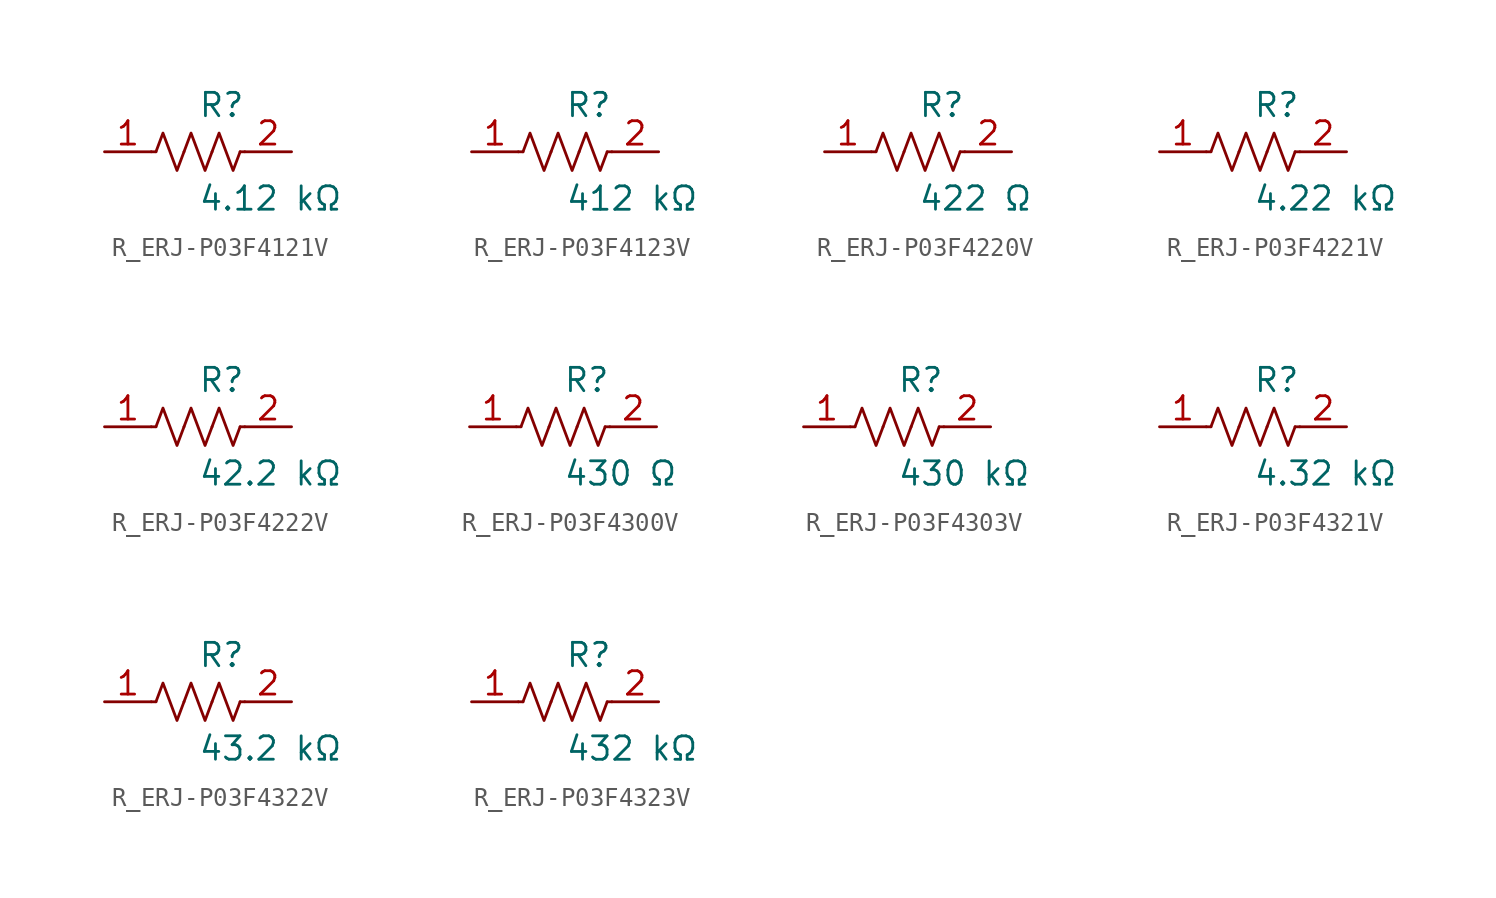
<source format=kicad_sym>
(kicad_symbol_lib
  (version 20231120)
  (generator kicad_symbol_editor)
  (generator_version 8.0)
  (symbol "R_ERJ-P03F4121V"
    (pin_names
      (offset 0.254))
    (property "Reference" "R"
      (at 0.0 2.54 0)
      (effects (font (size 1.27 1.27)) (justify left)))
    (property "Value" "4.12 kΩ"
      (at 0.0 -2.54 0)
      (effects (font (size 1.27 1.27)) (justify left)))
    (symbol "R_ERJ-P03F4121V_0_1"
      (polyline (pts (xy 2.286 0) (xy 2.54 0)) (stroke (width 0) (type default)) (fill (type none)))
      (polyline (pts (xy -2.286 0) (xy -2.54 0)) (stroke (width 0) (type default)) (fill (type none)))
      (polyline (pts (xy 0.762 0) (xy 1.143 1.016) (xy 1.524 0) (xy 1.905 -1.016) (xy 2.286 0)) (stroke (width 0) (type default)) (fill (type none)))
      (polyline (pts (xy -0.762 0) (xy -0.381 1.016) (xy 0 0) (xy 0.381 -1.016) (xy 0.762 0)) (stroke (width 0) (type default)) (fill (type none)))
      (polyline (pts (xy -2.286 0) (xy -1.905 1.016) (xy -1.524 0) (xy -1.143 -1.016) (xy -0.762 0)) (stroke (width 0) (type default)) (fill (type none))))
    (pin unspecified line
      (at -5.08 0 0)
      (length 2.54)
      (name "" (effects (font (size 1.27 1.27))))
      (number "1" (effects (font (size 1.27 1.27)))))
    (pin unspecified line
      (at 5.08 0 180)
      (length 2.54)
      (name "" (effects (font (size 1.27 1.27))))
      (number "2" (effects (font (size 1.27 1.27))))))
  (symbol "R_ERJ-P03F4123V"
    (pin_names
      (offset 0.254))
    (property "Reference" "R"
      (at 0.0 2.54 0)
      (effects (font (size 1.27 1.27)) (justify left)))
    (property "Value" "412 kΩ"
      (at 0.0 -2.54 0)
      (effects (font (size 1.27 1.27)) (justify left)))
    (symbol "R_ERJ-P03F4123V_0_1"
      (polyline (pts (xy 2.286 0) (xy 2.54 0)) (stroke (width 0) (type default)) (fill (type none)))
      (polyline (pts (xy -2.286 0) (xy -2.54 0)) (stroke (width 0) (type default)) (fill (type none)))
      (polyline (pts (xy 0.762 0) (xy 1.143 1.016) (xy 1.524 0) (xy 1.905 -1.016) (xy 2.286 0)) (stroke (width 0) (type default)) (fill (type none)))
      (polyline (pts (xy -0.762 0) (xy -0.381 1.016) (xy 0 0) (xy 0.381 -1.016) (xy 0.762 0)) (stroke (width 0) (type default)) (fill (type none)))
      (polyline (pts (xy -2.286 0) (xy -1.905 1.016) (xy -1.524 0) (xy -1.143 -1.016) (xy -0.762 0)) (stroke (width 0) (type default)) (fill (type none))))
    (pin unspecified line
      (at -5.08 0 0)
      (length 2.54)
      (name "" (effects (font (size 1.27 1.27))))
      (number "1" (effects (font (size 1.27 1.27)))))
    (pin unspecified line
      (at 5.08 0 180)
      (length 2.54)
      (name "" (effects (font (size 1.27 1.27))))
      (number "2" (effects (font (size 1.27 1.27))))))
  (symbol "R_ERJ-P03F4220V"
    (pin_names
      (offset 0.254))
    (property "Reference" "R"
      (at 0.0 2.54 0)
      (effects (font (size 1.27 1.27)) (justify left)))
    (property "Value" "422 Ω"
      (at 0.0 -2.54 0)
      (effects (font (size 1.27 1.27)) (justify left)))
    (symbol "R_ERJ-P03F4220V_0_1"
      (polyline (pts (xy 2.286 0) (xy 2.54 0)) (stroke (width 0) (type default)) (fill (type none)))
      (polyline (pts (xy -2.286 0) (xy -2.54 0)) (stroke (width 0) (type default)) (fill (type none)))
      (polyline (pts (xy 0.762 0) (xy 1.143 1.016) (xy 1.524 0) (xy 1.905 -1.016) (xy 2.286 0)) (stroke (width 0) (type default)) (fill (type none)))
      (polyline (pts (xy -0.762 0) (xy -0.381 1.016) (xy 0 0) (xy 0.381 -1.016) (xy 0.762 0)) (stroke (width 0) (type default)) (fill (type none)))
      (polyline (pts (xy -2.286 0) (xy -1.905 1.016) (xy -1.524 0) (xy -1.143 -1.016) (xy -0.762 0)) (stroke (width 0) (type default)) (fill (type none))))
    (pin unspecified line
      (at -5.08 0 0)
      (length 2.54)
      (name "" (effects (font (size 1.27 1.27))))
      (number "1" (effects (font (size 1.27 1.27)))))
    (pin unspecified line
      (at 5.08 0 180)
      (length 2.54)
      (name "" (effects (font (size 1.27 1.27))))
      (number "2" (effects (font (size 1.27 1.27))))))
  (symbol "R_ERJ-P03F4221V"
    (pin_names
      (offset 0.254))
    (property "Reference" "R"
      (at 0.0 2.54 0)
      (effects (font (size 1.27 1.27)) (justify left)))
    (property "Value" "4.22 kΩ"
      (at 0.0 -2.54 0)
      (effects (font (size 1.27 1.27)) (justify left)))
    (symbol "R_ERJ-P03F4221V_0_1"
      (polyline (pts (xy 2.286 0) (xy 2.54 0)) (stroke (width 0) (type default)) (fill (type none)))
      (polyline (pts (xy -2.286 0) (xy -2.54 0)) (stroke (width 0) (type default)) (fill (type none)))
      (polyline (pts (xy 0.762 0) (xy 1.143 1.016) (xy 1.524 0) (xy 1.905 -1.016) (xy 2.286 0)) (stroke (width 0) (type default)) (fill (type none)))
      (polyline (pts (xy -0.762 0) (xy -0.381 1.016) (xy 0 0) (xy 0.381 -1.016) (xy 0.762 0)) (stroke (width 0) (type default)) (fill (type none)))
      (polyline (pts (xy -2.286 0) (xy -1.905 1.016) (xy -1.524 0) (xy -1.143 -1.016) (xy -0.762 0)) (stroke (width 0) (type default)) (fill (type none))))
    (pin unspecified line
      (at -5.08 0 0)
      (length 2.54)
      (name "" (effects (font (size 1.27 1.27))))
      (number "1" (effects (font (size 1.27 1.27)))))
    (pin unspecified line
      (at 5.08 0 180)
      (length 2.54)
      (name "" (effects (font (size 1.27 1.27))))
      (number "2" (effects (font (size 1.27 1.27))))))
  (symbol "R_ERJ-P03F4222V"
    (pin_names
      (offset 0.254))
    (property "Reference" "R"
      (at 0.0 2.54 0)
      (effects (font (size 1.27 1.27)) (justify left)))
    (property "Value" "42.2 kΩ"
      (at 0.0 -2.54 0)
      (effects (font (size 1.27 1.27)) (justify left)))
    (symbol "R_ERJ-P03F4222V_0_1"
      (polyline (pts (xy 2.286 0) (xy 2.54 0)) (stroke (width 0) (type default)) (fill (type none)))
      (polyline (pts (xy -2.286 0) (xy -2.54 0)) (stroke (width 0) (type default)) (fill (type none)))
      (polyline (pts (xy 0.762 0) (xy 1.143 1.016) (xy 1.524 0) (xy 1.905 -1.016) (xy 2.286 0)) (stroke (width 0) (type default)) (fill (type none)))
      (polyline (pts (xy -0.762 0) (xy -0.381 1.016) (xy 0 0) (xy 0.381 -1.016) (xy 0.762 0)) (stroke (width 0) (type default)) (fill (type none)))
      (polyline (pts (xy -2.286 0) (xy -1.905 1.016) (xy -1.524 0) (xy -1.143 -1.016) (xy -0.762 0)) (stroke (width 0) (type default)) (fill (type none))))
    (pin unspecified line
      (at -5.08 0 0)
      (length 2.54)
      (name "" (effects (font (size 1.27 1.27))))
      (number "1" (effects (font (size 1.27 1.27)))))
    (pin unspecified line
      (at 5.08 0 180)
      (length 2.54)
      (name "" (effects (font (size 1.27 1.27))))
      (number "2" (effects (font (size 1.27 1.27))))))
  (symbol "R_ERJ-P03F4300V"
    (pin_names
      (offset 0.254))
    (property "Reference" "R"
      (at 0.0 2.54 0)
      (effects (font (size 1.27 1.27)) (justify left)))
    (property "Value" "430 Ω"
      (at 0.0 -2.54 0)
      (effects (font (size 1.27 1.27)) (justify left)))
    (symbol "R_ERJ-P03F4300V_0_1"
      (polyline (pts (xy 2.286 0) (xy 2.54 0)) (stroke (width 0) (type default)) (fill (type none)))
      (polyline (pts (xy -2.286 0) (xy -2.54 0)) (stroke (width 0) (type default)) (fill (type none)))
      (polyline (pts (xy 0.762 0) (xy 1.143 1.016) (xy 1.524 0) (xy 1.905 -1.016) (xy 2.286 0)) (stroke (width 0) (type default)) (fill (type none)))
      (polyline (pts (xy -0.762 0) (xy -0.381 1.016) (xy 0 0) (xy 0.381 -1.016) (xy 0.762 0)) (stroke (width 0) (type default)) (fill (type none)))
      (polyline (pts (xy -2.286 0) (xy -1.905 1.016) (xy -1.524 0) (xy -1.143 -1.016) (xy -0.762 0)) (stroke (width 0) (type default)) (fill (type none))))
    (pin unspecified line
      (at -5.08 0 0)
      (length 2.54)
      (name "" (effects (font (size 1.27 1.27))))
      (number "1" (effects (font (size 1.27 1.27)))))
    (pin unspecified line
      (at 5.08 0 180)
      (length 2.54)
      (name "" (effects (font (size 1.27 1.27))))
      (number "2" (effects (font (size 1.27 1.27))))))
  (symbol "R_ERJ-P03F4303V"
    (pin_names
      (offset 0.254))
    (property "Reference" "R"
      (at 0.0 2.54 0)
      (effects (font (size 1.27 1.27)) (justify left)))
    (property "Value" "430 kΩ"
      (at 0.0 -2.54 0)
      (effects (font (size 1.27 1.27)) (justify left)))
    (symbol "R_ERJ-P03F4303V_0_1"
      (polyline (pts (xy 2.286 0) (xy 2.54 0)) (stroke (width 0) (type default)) (fill (type none)))
      (polyline (pts (xy -2.286 0) (xy -2.54 0)) (stroke (width 0) (type default)) (fill (type none)))
      (polyline (pts (xy 0.762 0) (xy 1.143 1.016) (xy 1.524 0) (xy 1.905 -1.016) (xy 2.286 0)) (stroke (width 0) (type default)) (fill (type none)))
      (polyline (pts (xy -0.762 0) (xy -0.381 1.016) (xy 0 0) (xy 0.381 -1.016) (xy 0.762 0)) (stroke (width 0) (type default)) (fill (type none)))
      (polyline (pts (xy -2.286 0) (xy -1.905 1.016) (xy -1.524 0) (xy -1.143 -1.016) (xy -0.762 0)) (stroke (width 0) (type default)) (fill (type none))))
    (pin unspecified line
      (at -5.08 0 0)
      (length 2.54)
      (name "" (effects (font (size 1.27 1.27))))
      (number "1" (effects (font (size 1.27 1.27)))))
    (pin unspecified line
      (at 5.08 0 180)
      (length 2.54)
      (name "" (effects (font (size 1.27 1.27))))
      (number "2" (effects (font (size 1.27 1.27))))))
  (symbol "R_ERJ-P03F4321V"
    (pin_names
      (offset 0.254))
    (property "Reference" "R"
      (at 0.0 2.54 0)
      (effects (font (size 1.27 1.27)) (justify left)))
    (property "Value" "4.32 kΩ"
      (at 0.0 -2.54 0)
      (effects (font (size 1.27 1.27)) (justify left)))
    (symbol "R_ERJ-P03F4321V_0_1"
      (polyline (pts (xy 2.286 0) (xy 2.54 0)) (stroke (width 0) (type default)) (fill (type none)))
      (polyline (pts (xy -2.286 0) (xy -2.54 0)) (stroke (width 0) (type default)) (fill (type none)))
      (polyline (pts (xy 0.762 0) (xy 1.143 1.016) (xy 1.524 0) (xy 1.905 -1.016) (xy 2.286 0)) (stroke (width 0) (type default)) (fill (type none)))
      (polyline (pts (xy -0.762 0) (xy -0.381 1.016) (xy 0 0) (xy 0.381 -1.016) (xy 0.762 0)) (stroke (width 0) (type default)) (fill (type none)))
      (polyline (pts (xy -2.286 0) (xy -1.905 1.016) (xy -1.524 0) (xy -1.143 -1.016) (xy -0.762 0)) (stroke (width 0) (type default)) (fill (type none))))
    (pin unspecified line
      (at -5.08 0 0)
      (length 2.54)
      (name "" (effects (font (size 1.27 1.27))))
      (number "1" (effects (font (size 1.27 1.27)))))
    (pin unspecified line
      (at 5.08 0 180)
      (length 2.54)
      (name "" (effects (font (size 1.27 1.27))))
      (number "2" (effects (font (size 1.27 1.27))))))
  (symbol "R_ERJ-P03F4322V"
    (pin_names
      (offset 0.254))
    (property "Reference" "R"
      (at 0.0 2.54 0)
      (effects (font (size 1.27 1.27)) (justify left)))
    (property "Value" "43.2 kΩ"
      (at 0.0 -2.54 0)
      (effects (font (size 1.27 1.27)) (justify left)))
    (symbol "R_ERJ-P03F4322V_0_1"
      (polyline (pts (xy 2.286 0) (xy 2.54 0)) (stroke (width 0) (type default)) (fill (type none)))
      (polyline (pts (xy -2.286 0) (xy -2.54 0)) (stroke (width 0) (type default)) (fill (type none)))
      (polyline (pts (xy 0.762 0) (xy 1.143 1.016) (xy 1.524 0) (xy 1.905 -1.016) (xy 2.286 0)) (stroke (width 0) (type default)) (fill (type none)))
      (polyline (pts (xy -0.762 0) (xy -0.381 1.016) (xy 0 0) (xy 0.381 -1.016) (xy 0.762 0)) (stroke (width 0) (type default)) (fill (type none)))
      (polyline (pts (xy -2.286 0) (xy -1.905 1.016) (xy -1.524 0) (xy -1.143 -1.016) (xy -0.762 0)) (stroke (width 0) (type default)) (fill (type none))))
    (pin unspecified line
      (at -5.08 0 0)
      (length 2.54)
      (name "" (effects (font (size 1.27 1.27))))
      (number "1" (effects (font (size 1.27 1.27)))))
    (pin unspecified line
      (at 5.08 0 180)
      (length 2.54)
      (name "" (effects (font (size 1.27 1.27))))
      (number "2" (effects (font (size 1.27 1.27))))))
  (symbol "R_ERJ-P03F4323V"
    (pin_names
      (offset 0.254))
    (property "Reference" "R"
      (at 0.0 2.54 0)
      (effects (font (size 1.27 1.27)) (justify left)))
    (property "Value" "432 kΩ"
      (at 0.0 -2.54 0)
      (effects (font (size 1.27 1.27)) (justify left)))
    (symbol "R_ERJ-P03F4323V_0_1"
      (polyline (pts (xy 2.286 0) (xy 2.54 0)) (stroke (width 0) (type default)) (fill (type none)))
      (polyline (pts (xy -2.286 0) (xy -2.54 0)) (stroke (width 0) (type default)) (fill (type none)))
      (polyline (pts (xy 0.762 0) (xy 1.143 1.016) (xy 1.524 0) (xy 1.905 -1.016) (xy 2.286 0)) (stroke (width 0) (type default)) (fill (type none)))
      (polyline (pts (xy -0.762 0) (xy -0.381 1.016) (xy 0 0) (xy 0.381 -1.016) (xy 0.762 0)) (stroke (width 0) (type default)) (fill (type none)))
      (polyline (pts (xy -2.286 0) (xy -1.905 1.016) (xy -1.524 0) (xy -1.143 -1.016) (xy -0.762 0)) (stroke (width 0) (type default)) (fill (type none))))
    (pin unspecified line
      (at -5.08 0 0)
      (length 2.54)
      (name "" (effects (font (size 1.27 1.27))))
      (number "1" (effects (font (size 1.27 1.27)))))
    (pin unspecified line
      (at 5.08 0 180)
      (length 2.54)
      (name "" (effects (font (size 1.27 1.27))))
      (number "2" (effects (font (size 1.27 1.27)))))))
</source>
